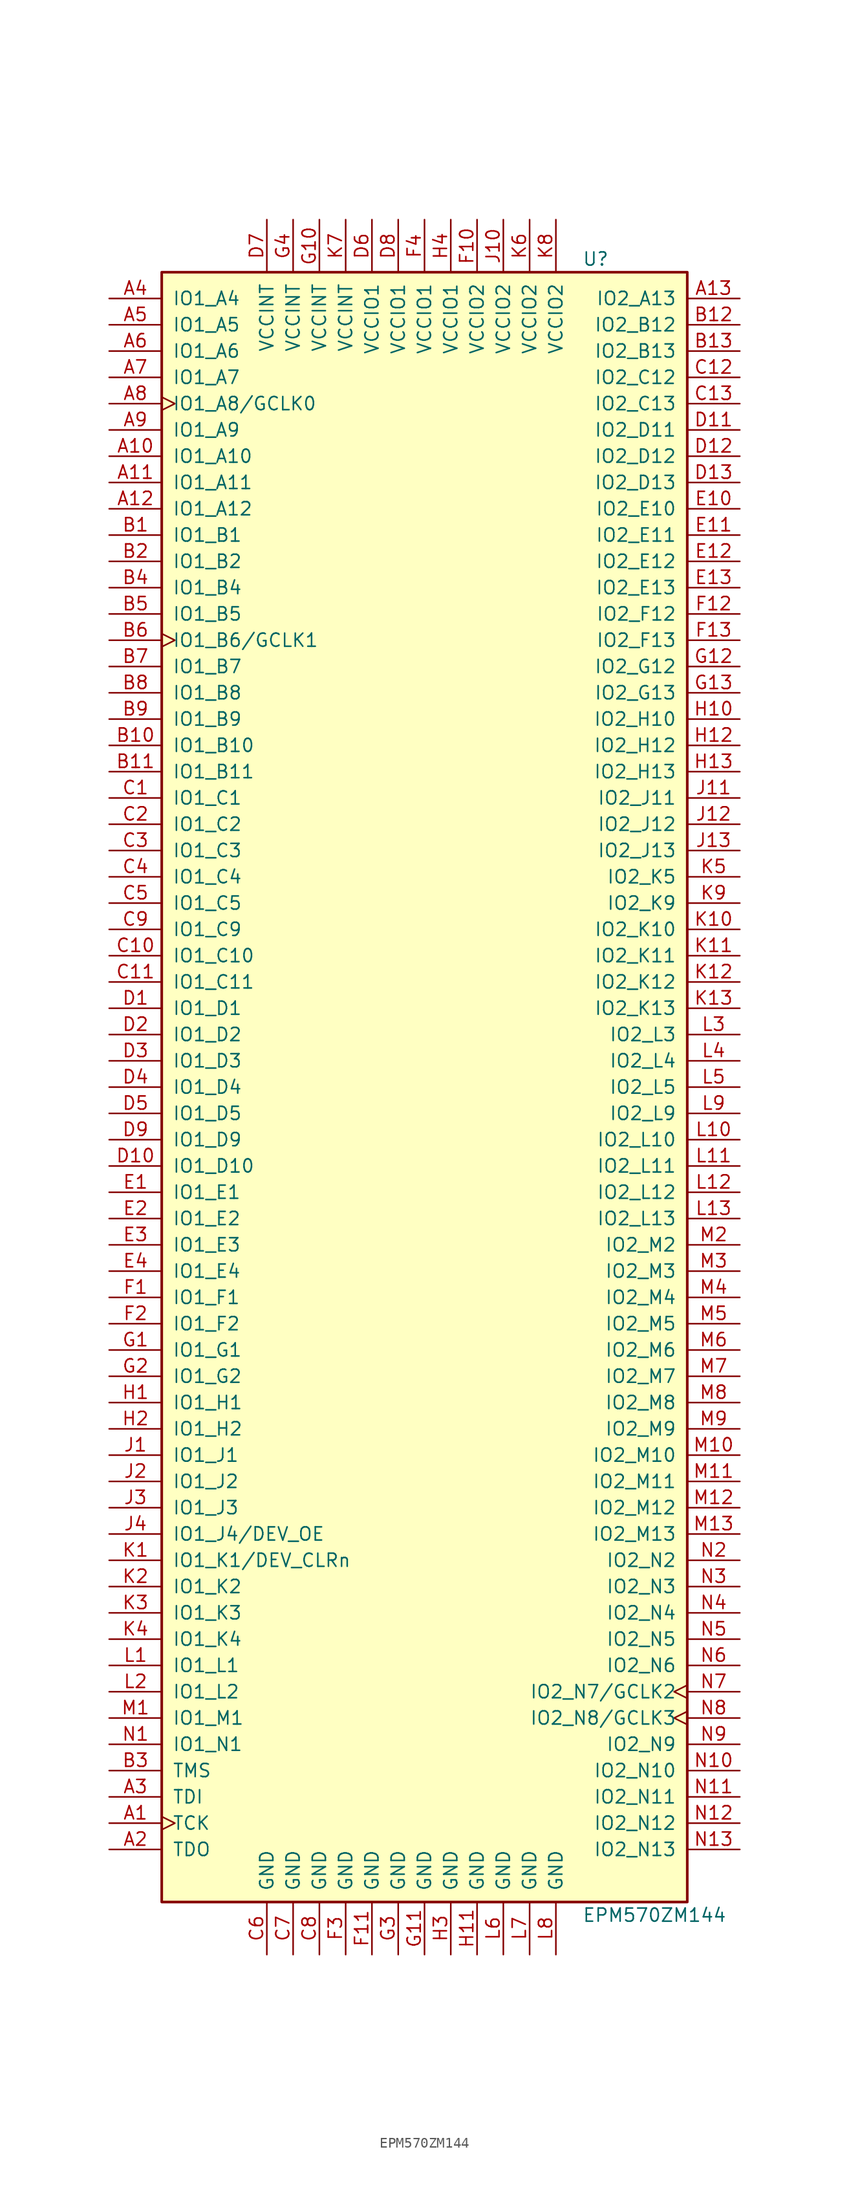
<source format=kicad_sym>
(kicad_symbol_lib
  (version 20201005)
  (generator kicad_symbol_editor)
  (symbol "EPM570ZM144"
    (pin_names
      (offset 1.016))
    (property "Reference" "U"
      (at 15.24 80.01 0)
      (effects (font (size 1.27 1.27)) (justify left)))
    (property "Value" "EPM570ZM144"
      (at 15.24 -80.01 0)
      (effects (font (size 1.27 1.27)) (justify left)))
    (property "ki_locked" ""
      (at 0 0 0)
      (effects (font (size 1.27 1.27))))
    (symbol "EPM570ZM144_1_1"
      (rectangle (start -25.4 78.74) (end 25.4 -78.74) (stroke (width 0.254)) (fill (type background)))
      (pin input clock (at -30.48 -71.12 0) (length 5.08) (name "TCK" (effects (font (size 1.27 1.27)))) (number "A1" (effects (font (size 1.27 1.27)))))
      (pin bidirectional line (at -30.48 60.96 0) (length 5.08) (name "IO1_A10" (effects (font (size 1.27 1.27)))) (number "A10" (effects (font (size 1.27 1.27)))))
      (pin bidirectional line (at -30.48 58.42 0) (length 5.08) (name "IO1_A11" (effects (font (size 1.27 1.27)))) (number "A11" (effects (font (size 1.27 1.27)))))
      (pin bidirectional line (at -30.48 55.88 0) (length 5.08) (name "IO1_A12" (effects (font (size 1.27 1.27)))) (number "A12" (effects (font (size 1.27 1.27)))))
      (pin bidirectional line (at 30.48 76.2 180) (length 5.08) (name "IO2_A13" (effects (font (size 1.27 1.27)))) (number "A13" (effects (font (size 1.27 1.27)))))
      (pin output line (at -30.48 -73.66 0) (length 5.08) (name "TDO" (effects (font (size 1.27 1.27)))) (number "A2" (effects (font (size 1.27 1.27)))))
      (pin input line (at -30.48 -68.58 0) (length 5.08) (name "TDI" (effects (font (size 1.27 1.27)))) (number "A3" (effects (font (size 1.27 1.27)))))
      (pin bidirectional line (at -30.48 76.2 0) (length 5.08) (name "IO1_A4" (effects (font (size 1.27 1.27)))) (number "A4" (effects (font (size 1.27 1.27)))))
      (pin bidirectional line (at -30.48 73.66 0) (length 5.08) (name "IO1_A5" (effects (font (size 1.27 1.27)))) (number "A5" (effects (font (size 1.27 1.27)))))
      (pin bidirectional line (at -30.48 71.12 0) (length 5.08) (name "IO1_A6" (effects (font (size 1.27 1.27)))) (number "A6" (effects (font (size 1.27 1.27)))))
      (pin bidirectional line (at -30.48 68.58 0) (length 5.08) (name "IO1_A7" (effects (font (size 1.27 1.27)))) (number "A7" (effects (font (size 1.27 1.27)))))
      (pin bidirectional clock (at -30.48 66.04 0) (length 5.08) (name "IO1_A8/GCLK0" (effects (font (size 1.27 1.27)))) (number "A8" (effects (font (size 1.27 1.27)))))
      (pin bidirectional line (at -30.48 63.5 0) (length 5.08) (name "IO1_A9" (effects (font (size 1.27 1.27)))) (number "A9" (effects (font (size 1.27 1.27)))))
      (pin bidirectional line (at -30.48 53.34 0) (length 5.08) (name "IO1_B1" (effects (font (size 1.27 1.27)))) (number "B1" (effects (font (size 1.27 1.27)))))
      (pin bidirectional line (at -30.48 33.02 0) (length 5.08) (name "IO1_B10" (effects (font (size 1.27 1.27)))) (number "B10" (effects (font (size 1.27 1.27)))))
      (pin bidirectional line (at -30.48 30.48 0) (length 5.08) (name "IO1_B11" (effects (font (size 1.27 1.27)))) (number "B11" (effects (font (size 1.27 1.27)))))
      (pin bidirectional line (at 30.48 73.66 180) (length 5.08) (name "IO2_B12" (effects (font (size 1.27 1.27)))) (number "B12" (effects (font (size 1.27 1.27)))))
      (pin bidirectional line (at 30.48 71.12 180) (length 5.08) (name "IO2_B13" (effects (font (size 1.27 1.27)))) (number "B13" (effects (font (size 1.27 1.27)))))
      (pin bidirectional line (at -30.48 50.8 0) (length 5.08) (name "IO1_B2" (effects (font (size 1.27 1.27)))) (number "B2" (effects (font (size 1.27 1.27)))))
      (pin input line (at -30.48 -66.04 0) (length 5.08) (name "TMS" (effects (font (size 1.27 1.27)))) (number "B3" (effects (font (size 1.27 1.27)))))
      (pin bidirectional line (at -30.48 48.26 0) (length 5.08) (name "IO1_B4" (effects (font (size 1.27 1.27)))) (number "B4" (effects (font (size 1.27 1.27)))))
      (pin bidirectional line (at -30.48 45.72 0) (length 5.08) (name "IO1_B5" (effects (font (size 1.27 1.27)))) (number "B5" (effects (font (size 1.27 1.27)))))
      (pin bidirectional clock (at -30.48 43.18 0) (length 5.08) (name "IO1_B6/GCLK1" (effects (font (size 1.27 1.27)))) (number "B6" (effects (font (size 1.27 1.27)))))
      (pin bidirectional line (at -30.48 40.64 0) (length 5.08) (name "IO1_B7" (effects (font (size 1.27 1.27)))) (number "B7" (effects (font (size 1.27 1.27)))))
      (pin bidirectional line (at -30.48 38.1 0) (length 5.08) (name "IO1_B8" (effects (font (size 1.27 1.27)))) (number "B8" (effects (font (size 1.27 1.27)))))
      (pin bidirectional line (at -30.48 35.56 0) (length 5.08) (name "IO1_B9" (effects (font (size 1.27 1.27)))) (number "B9" (effects (font (size 1.27 1.27)))))
      (pin bidirectional line (at -30.48 27.94 0) (length 5.08) (name "IO1_C1" (effects (font (size 1.27 1.27)))) (number "C1" (effects (font (size 1.27 1.27)))))
      (pin bidirectional line (at -30.48 12.7 0) (length 5.08) (name "IO1_C10" (effects (font (size 1.27 1.27)))) (number "C10" (effects (font (size 1.27 1.27)))))
      (pin bidirectional line (at -30.48 10.16 0) (length 5.08) (name "IO1_C11" (effects (font (size 1.27 1.27)))) (number "C11" (effects (font (size 1.27 1.27)))))
      (pin bidirectional line (at 30.48 68.58 180) (length 5.08) (name "IO2_C12" (effects (font (size 1.27 1.27)))) (number "C12" (effects (font (size 1.27 1.27)))))
      (pin bidirectional line (at 30.48 66.04 180) (length 5.08) (name "IO2_C13" (effects (font (size 1.27 1.27)))) (number "C13" (effects (font (size 1.27 1.27)))))
      (pin bidirectional line (at -30.48 25.4 0) (length 5.08) (name "IO1_C2" (effects (font (size 1.27 1.27)))) (number "C2" (effects (font (size 1.27 1.27)))))
      (pin bidirectional line (at -30.48 22.86 0) (length 5.08) (name "IO1_C3" (effects (font (size 1.27 1.27)))) (number "C3" (effects (font (size 1.27 1.27)))))
      (pin bidirectional line (at -30.48 20.32 0) (length 5.08) (name "IO1_C4" (effects (font (size 1.27 1.27)))) (number "C4" (effects (font (size 1.27 1.27)))))
      (pin bidirectional line (at -30.48 17.78 0) (length 5.08) (name "IO1_C5" (effects (font (size 1.27 1.27)))) (number "C5" (effects (font (size 1.27 1.27)))))
      (pin power_in line (at -15.24 -83.82 90) (length 5.08) (name "GND" (effects (font (size 1.27 1.27)))) (number "C6" (effects (font (size 1.27 1.27)))))
      (pin power_in line (at -12.7 -83.82 90) (length 5.08) (name "GND" (effects (font (size 1.27 1.27)))) (number "C7" (effects (font (size 1.27 1.27)))))
      (pin power_in line (at -10.16 -83.82 90) (length 5.08) (name "GND" (effects (font (size 1.27 1.27)))) (number "C8" (effects (font (size 1.27 1.27)))))
      (pin bidirectional line (at -30.48 15.24 0) (length 5.08) (name "IO1_C9" (effects (font (size 1.27 1.27)))) (number "C9" (effects (font (size 1.27 1.27)))))
      (pin bidirectional line (at -30.48 7.62 0) (length 5.08) (name "IO1_D1" (effects (font (size 1.27 1.27)))) (number "D1" (effects (font (size 1.27 1.27)))))
      (pin bidirectional line (at -30.48 -7.62 0) (length 5.08) (name "IO1_D10" (effects (font (size 1.27 1.27)))) (number "D10" (effects (font (size 1.27 1.27)))))
      (pin bidirectional line (at 30.48 63.5 180) (length 5.08) (name "IO2_D11" (effects (font (size 1.27 1.27)))) (number "D11" (effects (font (size 1.27 1.27)))))
      (pin bidirectional line (at 30.48 60.96 180) (length 5.08) (name "IO2_D12" (effects (font (size 1.27 1.27)))) (number "D12" (effects (font (size 1.27 1.27)))))
      (pin bidirectional line (at 30.48 58.42 180) (length 5.08) (name "IO2_D13" (effects (font (size 1.27 1.27)))) (number "D13" (effects (font (size 1.27 1.27)))))
      (pin bidirectional line (at -30.48 5.08 0) (length 5.08) (name "IO1_D2" (effects (font (size 1.27 1.27)))) (number "D2" (effects (font (size 1.27 1.27)))))
      (pin bidirectional line (at -30.48 2.54 0) (length 5.08) (name "IO1_D3" (effects (font (size 1.27 1.27)))) (number "D3" (effects (font (size 1.27 1.27)))))
      (pin bidirectional line (at -30.48 0 0) (length 5.08) (name "IO1_D4" (effects (font (size 1.27 1.27)))) (number "D4" (effects (font (size 1.27 1.27)))))
      (pin bidirectional line (at -30.48 -2.54 0) (length 5.08) (name "IO1_D5" (effects (font (size 1.27 1.27)))) (number "D5" (effects (font (size 1.27 1.27)))))
      (pin power_in line (at -5.08 83.82 270) (length 5.08) (name "VCCIO1" (effects (font (size 1.27 1.27)))) (number "D6" (effects (font (size 1.27 1.27)))))
      (pin power_in line (at -15.24 83.82 270) (length 5.08) (name "VCCINT" (effects (font (size 1.27 1.27)))) (number "D7" (effects (font (size 1.27 1.27)))))
      (pin power_in line (at -2.54 83.82 270) (length 5.08) (name "VCCIO1" (effects (font (size 1.27 1.27)))) (number "D8" (effects (font (size 1.27 1.27)))))
      (pin bidirectional line (at -30.48 -5.08 0) (length 5.08) (name "IO1_D9" (effects (font (size 1.27 1.27)))) (number "D9" (effects (font (size 1.27 1.27)))))
      (pin bidirectional line (at -30.48 -10.16 0) (length 5.08) (name "IO1_E1" (effects (font (size 1.27 1.27)))) (number "E1" (effects (font (size 1.27 1.27)))))
      (pin bidirectional line (at 30.48 55.88 180) (length 5.08) (name "IO2_E10" (effects (font (size 1.27 1.27)))) (number "E10" (effects (font (size 1.27 1.27)))))
      (pin bidirectional line (at 30.48 53.34 180) (length 5.08) (name "IO2_E11" (effects (font (size 1.27 1.27)))) (number "E11" (effects (font (size 1.27 1.27)))))
      (pin bidirectional line (at 30.48 50.8 180) (length 5.08) (name "IO2_E12" (effects (font (size 1.27 1.27)))) (number "E12" (effects (font (size 1.27 1.27)))))
      (pin bidirectional line (at 30.48 48.26 180) (length 5.08) (name "IO2_E13" (effects (font (size 1.27 1.27)))) (number "E13" (effects (font (size 1.27 1.27)))))
      (pin bidirectional line (at -30.48 -12.7 0) (length 5.08) (name "IO1_E2" (effects (font (size 1.27 1.27)))) (number "E2" (effects (font (size 1.27 1.27)))))
      (pin bidirectional line (at -30.48 -15.24 0) (length 5.08) (name "IO1_E3" (effects (font (size 1.27 1.27)))) (number "E3" (effects (font (size 1.27 1.27)))))
      (pin bidirectional line (at -30.48 -17.78 0) (length 5.08) (name "IO1_E4" (effects (font (size 1.27 1.27)))) (number "E4" (effects (font (size 1.27 1.27)))))
      (pin bidirectional line (at -30.48 -20.32 0) (length 5.08) (name "IO1_F1" (effects (font (size 1.27 1.27)))) (number "F1" (effects (font (size 1.27 1.27)))))
      (pin power_in line (at 5.08 83.82 270) (length 5.08) (name "VCCIO2" (effects (font (size 1.27 1.27)))) (number "F10" (effects (font (size 1.27 1.27)))))
      (pin power_in line (at -5.08 -83.82 90) (length 5.08) (name "GND" (effects (font (size 1.27 1.27)))) (number "F11" (effects (font (size 1.27 1.27)))))
      (pin bidirectional line (at 30.48 45.72 180) (length 5.08) (name "IO2_F12" (effects (font (size 1.27 1.27)))) (number "F12" (effects (font (size 1.27 1.27)))))
      (pin bidirectional line (at 30.48 43.18 180) (length 5.08) (name "IO2_F13" (effects (font (size 1.27 1.27)))) (number "F13" (effects (font (size 1.27 1.27)))))
      (pin bidirectional line (at -30.48 -22.86 0) (length 5.08) (name "IO1_F2" (effects (font (size 1.27 1.27)))) (number "F2" (effects (font (size 1.27 1.27)))))
      (pin power_in line (at -7.62 -83.82 90) (length 5.08) (name "GND" (effects (font (size 1.27 1.27)))) (number "F3" (effects (font (size 1.27 1.27)))))
      (pin power_in line (at 0 83.82 270) (length 5.08) (name "VCCIO1" (effects (font (size 1.27 1.27)))) (number "F4" (effects (font (size 1.27 1.27)))))
      (pin bidirectional line (at -30.48 -25.4 0) (length 5.08) (name "IO1_G1" (effects (font (size 1.27 1.27)))) (number "G1" (effects (font (size 1.27 1.27)))))
      (pin power_in line (at -10.16 83.82 270) (length 5.08) (name "VCCINT" (effects (font (size 1.27 1.27)))) (number "G10" (effects (font (size 1.27 1.27)))))
      (pin power_in line (at 0 -83.82 90) (length 5.08) (name "GND" (effects (font (size 1.27 1.27)))) (number "G11" (effects (font (size 1.27 1.27)))))
      (pin bidirectional line (at 30.48 40.64 180) (length 5.08) (name "IO2_G12" (effects (font (size 1.27 1.27)))) (number "G12" (effects (font (size 1.27 1.27)))))
      (pin bidirectional line (at 30.48 38.1 180) (length 5.08) (name "IO2_G13" (effects (font (size 1.27 1.27)))) (number "G13" (effects (font (size 1.27 1.27)))))
      (pin bidirectional line (at -30.48 -27.94 0) (length 5.08) (name "IO1_G2" (effects (font (size 1.27 1.27)))) (number "G2" (effects (font (size 1.27 1.27)))))
      (pin power_in line (at -2.54 -83.82 90) (length 5.08) (name "GND" (effects (font (size 1.27 1.27)))) (number "G3" (effects (font (size 1.27 1.27)))))
      (pin power_in line (at -12.7 83.82 270) (length 5.08) (name "VCCINT" (effects (font (size 1.27 1.27)))) (number "G4" (effects (font (size 1.27 1.27)))))
      (pin bidirectional line (at -30.48 -30.48 0) (length 5.08) (name "IO1_H1" (effects (font (size 1.27 1.27)))) (number "H1" (effects (font (size 1.27 1.27)))))
      (pin bidirectional line (at 30.48 35.56 180) (length 5.08) (name "IO2_H10" (effects (font (size 1.27 1.27)))) (number "H10" (effects (font (size 1.27 1.27)))))
      (pin power_in line (at 5.08 -83.82 90) (length 5.08) (name "GND" (effects (font (size 1.27 1.27)))) (number "H11" (effects (font (size 1.27 1.27)))))
      (pin bidirectional line (at 30.48 33.02 180) (length 5.08) (name "IO2_H12" (effects (font (size 1.27 1.27)))) (number "H12" (effects (font (size 1.27 1.27)))))
      (pin bidirectional line (at 30.48 30.48 180) (length 5.08) (name "IO2_H13" (effects (font (size 1.27 1.27)))) (number "H13" (effects (font (size 1.27 1.27)))))
      (pin bidirectional line (at -30.48 -33.02 0) (length 5.08) (name "IO1_H2" (effects (font (size 1.27 1.27)))) (number "H2" (effects (font (size 1.27 1.27)))))
      (pin power_in line (at 2.54 -83.82 90) (length 5.08) (name "GND" (effects (font (size 1.27 1.27)))) (number "H3" (effects (font (size 1.27 1.27)))))
      (pin power_in line (at 2.54 83.82 270) (length 5.08) (name "VCCIO1" (effects (font (size 1.27 1.27)))) (number "H4" (effects (font (size 1.27 1.27)))))
      (pin bidirectional line (at -30.48 -35.56 0) (length 5.08) (name "IO1_J1" (effects (font (size 1.27 1.27)))) (number "J1" (effects (font (size 1.27 1.27)))))
      (pin power_in line (at 7.62 83.82 270) (length 5.08) (name "VCCIO2" (effects (font (size 1.27 1.27)))) (number "J10" (effects (font (size 1.27 1.27)))))
      (pin bidirectional line (at 30.48 27.94 180) (length 5.08) (name "IO2_J11" (effects (font (size 1.27 1.27)))) (number "J11" (effects (font (size 1.27 1.27)))))
      (pin bidirectional line (at 30.48 25.4 180) (length 5.08) (name "IO2_J12" (effects (font (size 1.27 1.27)))) (number "J12" (effects (font (size 1.27 1.27)))))
      (pin bidirectional line (at 30.48 22.86 180) (length 5.08) (name "IO2_J13" (effects (font (size 1.27 1.27)))) (number "J13" (effects (font (size 1.27 1.27)))))
      (pin bidirectional line (at -30.48 -38.1 0) (length 5.08) (name "IO1_J2" (effects (font (size 1.27 1.27)))) (number "J2" (effects (font (size 1.27 1.27)))))
      (pin bidirectional line (at -30.48 -40.64 0) (length 5.08) (name "IO1_J3" (effects (font (size 1.27 1.27)))) (number "J3" (effects (font (size 1.27 1.27)))))
      (pin bidirectional line (at -30.48 -43.18 0) (length 5.08) (name "IO1_J4/DEV_OE" (effects (font (size 1.27 1.27)))) (number "J4" (effects (font (size 1.27 1.27)))))
      (pin bidirectional line (at -30.48 -45.72 0) (length 5.08) (name "IO1_K1/DEV_CLRn" (effects (font (size 1.27 1.27)))) (number "K1" (effects (font (size 1.27 1.27)))))
      (pin bidirectional line (at 30.48 15.24 180) (length 5.08) (name "IO2_K10" (effects (font (size 1.27 1.27)))) (number "K10" (effects (font (size 1.27 1.27)))))
      (pin bidirectional line (at 30.48 12.7 180) (length 5.08) (name "IO2_K11" (effects (font (size 1.27 1.27)))) (number "K11" (effects (font (size 1.27 1.27)))))
      (pin bidirectional line (at 30.48 10.16 180) (length 5.08) (name "IO2_K12" (effects (font (size 1.27 1.27)))) (number "K12" (effects (font (size 1.27 1.27)))))
      (pin bidirectional line (at 30.48 7.62 180) (length 5.08) (name "IO2_K13" (effects (font (size 1.27 1.27)))) (number "K13" (effects (font (size 1.27 1.27)))))
      (pin bidirectional line (at -30.48 -48.26 0) (length 5.08) (name "IO1_K2" (effects (font (size 1.27 1.27)))) (number "K2" (effects (font (size 1.27 1.27)))))
      (pin bidirectional line (at -30.48 -50.8 0) (length 5.08) (name "IO1_K3" (effects (font (size 1.27 1.27)))) (number "K3" (effects (font (size 1.27 1.27)))))
      (pin bidirectional line (at -30.48 -53.34 0) (length 5.08) (name "IO1_K4" (effects (font (size 1.27 1.27)))) (number "K4" (effects (font (size 1.27 1.27)))))
      (pin bidirectional line (at 30.48 20.32 180) (length 5.08) (name "IO2_K5" (effects (font (size 1.27 1.27)))) (number "K5" (effects (font (size 1.27 1.27)))))
      (pin power_in line (at 10.16 83.82 270) (length 5.08) (name "VCCIO2" (effects (font (size 1.27 1.27)))) (number "K6" (effects (font (size 1.27 1.27)))))
      (pin power_in line (at -7.62 83.82 270) (length 5.08) (name "VCCINT" (effects (font (size 1.27 1.27)))) (number "K7" (effects (font (size 1.27 1.27)))))
      (pin power_in line (at 12.7 83.82 270) (length 5.08) (name "VCCIO2" (effects (font (size 1.27 1.27)))) (number "K8" (effects (font (size 1.27 1.27)))))
      (pin bidirectional line (at 30.48 17.78 180) (length 5.08) (name "IO2_K9" (effects (font (size 1.27 1.27)))) (number "K9" (effects (font (size 1.27 1.27)))))
      (pin bidirectional line (at -30.48 -55.88 0) (length 5.08) (name "IO1_L1" (effects (font (size 1.27 1.27)))) (number "L1" (effects (font (size 1.27 1.27)))))
      (pin bidirectional line (at 30.48 -5.08 180) (length 5.08) (name "IO2_L10" (effects (font (size 1.27 1.27)))) (number "L10" (effects (font (size 1.27 1.27)))))
      (pin bidirectional line (at 30.48 -7.62 180) (length 5.08) (name "IO2_L11" (effects (font (size 1.27 1.27)))) (number "L11" (effects (font (size 1.27 1.27)))))
      (pin bidirectional line (at 30.48 -10.16 180) (length 5.08) (name "IO2_L12" (effects (font (size 1.27 1.27)))) (number "L12" (effects (font (size 1.27 1.27)))))
      (pin bidirectional line (at 30.48 -12.7 180) (length 5.08) (name "IO2_L13" (effects (font (size 1.27 1.27)))) (number "L13" (effects (font (size 1.27 1.27)))))
      (pin bidirectional line (at -30.48 -58.42 0) (length 5.08) (name "IO1_L2" (effects (font (size 1.27 1.27)))) (number "L2" (effects (font (size 1.27 1.27)))))
      (pin bidirectional line (at 30.48 5.08 180) (length 5.08) (name "IO2_L3" (effects (font (size 1.27 1.27)))) (number "L3" (effects (font (size 1.27 1.27)))))
      (pin bidirectional line (at 30.48 2.54 180) (length 5.08) (name "IO2_L4" (effects (font (size 1.27 1.27)))) (number "L4" (effects (font (size 1.27 1.27)))))
      (pin bidirectional line (at 30.48 0 180) (length 5.08) (name "IO2_L5" (effects (font (size 1.27 1.27)))) (number "L5" (effects (font (size 1.27 1.27)))))
      (pin power_in line (at 7.62 -83.82 90) (length 5.08) (name "GND" (effects (font (size 1.27 1.27)))) (number "L6" (effects (font (size 1.27 1.27)))))
      (pin power_in line (at 10.16 -83.82 90) (length 5.08) (name "GND" (effects (font (size 1.27 1.27)))) (number "L7" (effects (font (size 1.27 1.27)))))
      (pin power_in line (at 12.7 -83.82 90) (length 5.08) (name "GND" (effects (font (size 1.27 1.27)))) (number "L8" (effects (font (size 1.27 1.27)))))
      (pin bidirectional line (at 30.48 -2.54 180) (length 5.08) (name "IO2_L9" (effects (font (size 1.27 1.27)))) (number "L9" (effects (font (size 1.27 1.27)))))
      (pin bidirectional line (at -30.48 -60.96 0) (length 5.08) (name "IO1_M1" (effects (font (size 1.27 1.27)))) (number "M1" (effects (font (size 1.27 1.27)))))
      (pin bidirectional line (at 30.48 -35.56 180) (length 5.08) (name "IO2_M10" (effects (font (size 1.27 1.27)))) (number "M10" (effects (font (size 1.27 1.27)))))
      (pin bidirectional line (at 30.48 -38.1 180) (length 5.08) (name "IO2_M11" (effects (font (size 1.27 1.27)))) (number "M11" (effects (font (size 1.27 1.27)))))
      (pin bidirectional line (at 30.48 -40.64 180) (length 5.08) (name "IO2_M12" (effects (font (size 1.27 1.27)))) (number "M12" (effects (font (size 1.27 1.27)))))
      (pin bidirectional line (at 30.48 -43.18 180) (length 5.08) (name "IO2_M13" (effects (font (size 1.27 1.27)))) (number "M13" (effects (font (size 1.27 1.27)))))
      (pin bidirectional line (at 30.48 -15.24 180) (length 5.08) (name "IO2_M2" (effects (font (size 1.27 1.27)))) (number "M2" (effects (font (size 1.27 1.27)))))
      (pin bidirectional line (at 30.48 -17.78 180) (length 5.08) (name "IO2_M3" (effects (font (size 1.27 1.27)))) (number "M3" (effects (font (size 1.27 1.27)))))
      (pin bidirectional line (at 30.48 -20.32 180) (length 5.08) (name "IO2_M4" (effects (font (size 1.27 1.27)))) (number "M4" (effects (font (size 1.27 1.27)))))
      (pin bidirectional line (at 30.48 -22.86 180) (length 5.08) (name "IO2_M5" (effects (font (size 1.27 1.27)))) (number "M5" (effects (font (size 1.27 1.27)))))
      (pin bidirectional line (at 30.48 -25.4 180) (length 5.08) (name "IO2_M6" (effects (font (size 1.27 1.27)))) (number "M6" (effects (font (size 1.27 1.27)))))
      (pin bidirectional line (at 30.48 -27.94 180) (length 5.08) (name "IO2_M7" (effects (font (size 1.27 1.27)))) (number "M7" (effects (font (size 1.27 1.27)))))
      (pin bidirectional line (at 30.48 -30.48 180) (length 5.08) (name "IO2_M8" (effects (font (size 1.27 1.27)))) (number "M8" (effects (font (size 1.27 1.27)))))
      (pin bidirectional line (at 30.48 -33.02 180) (length 5.08) (name "IO2_M9" (effects (font (size 1.27 1.27)))) (number "M9" (effects (font (size 1.27 1.27)))))
      (pin bidirectional line (at -30.48 -63.5 0) (length 5.08) (name "IO1_N1" (effects (font (size 1.27 1.27)))) (number "N1" (effects (font (size 1.27 1.27)))))
      (pin bidirectional line (at 30.48 -66.04 180) (length 5.08) (name "IO2_N10" (effects (font (size 1.27 1.27)))) (number "N10" (effects (font (size 1.27 1.27)))))
      (pin bidirectional line (at 30.48 -68.58 180) (length 5.08) (name "IO2_N11" (effects (font (size 1.27 1.27)))) (number "N11" (effects (font (size 1.27 1.27)))))
      (pin bidirectional line (at 30.48 -71.12 180) (length 5.08) (name "IO2_N12" (effects (font (size 1.27 1.27)))) (number "N12" (effects (font (size 1.27 1.27)))))
      (pin bidirectional line (at 30.48 -73.66 180) (length 5.08) (name "IO2_N13" (effects (font (size 1.27 1.27)))) (number "N13" (effects (font (size 1.27 1.27)))))
      (pin bidirectional line (at 30.48 -45.72 180) (length 5.08) (name "IO2_N2" (effects (font (size 1.27 1.27)))) (number "N2" (effects (font (size 1.27 1.27)))))
      (pin bidirectional line (at 30.48 -48.26 180) (length 5.08) (name "IO2_N3" (effects (font (size 1.27 1.27)))) (number "N3" (effects (font (size 1.27 1.27)))))
      (pin bidirectional line (at 30.48 -50.8 180) (length 5.08) (name "IO2_N4" (effects (font (size 1.27 1.27)))) (number "N4" (effects (font (size 1.27 1.27)))))
      (pin bidirectional line (at 30.48 -53.34 180) (length 5.08) (name "IO2_N5" (effects (font (size 1.27 1.27)))) (number "N5" (effects (font (size 1.27 1.27)))))
      (pin bidirectional line (at 30.48 -55.88 180) (length 5.08) (name "IO2_N6" (effects (font (size 1.27 1.27)))) (number "N6" (effects (font (size 1.27 1.27)))))
      (pin bidirectional clock (at 30.48 -58.42 180) (length 5.08) (name "IO2_N7/GCLK2" (effects (font (size 1.27 1.27)))) (number "N7" (effects (font (size 1.27 1.27)))))
      (pin bidirectional clock (at 30.48 -60.96 180) (length 5.08) (name "IO2_N8/GCLK3" (effects (font (size 1.27 1.27)))) (number "N8" (effects (font (size 1.27 1.27)))))
      (pin bidirectional line (at 30.48 -63.5 180) (length 5.08) (name "IO2_N9" (effects (font (size 1.27 1.27)))) (number "N9" (effects (font (size 1.27 1.27))))))))
</source>
